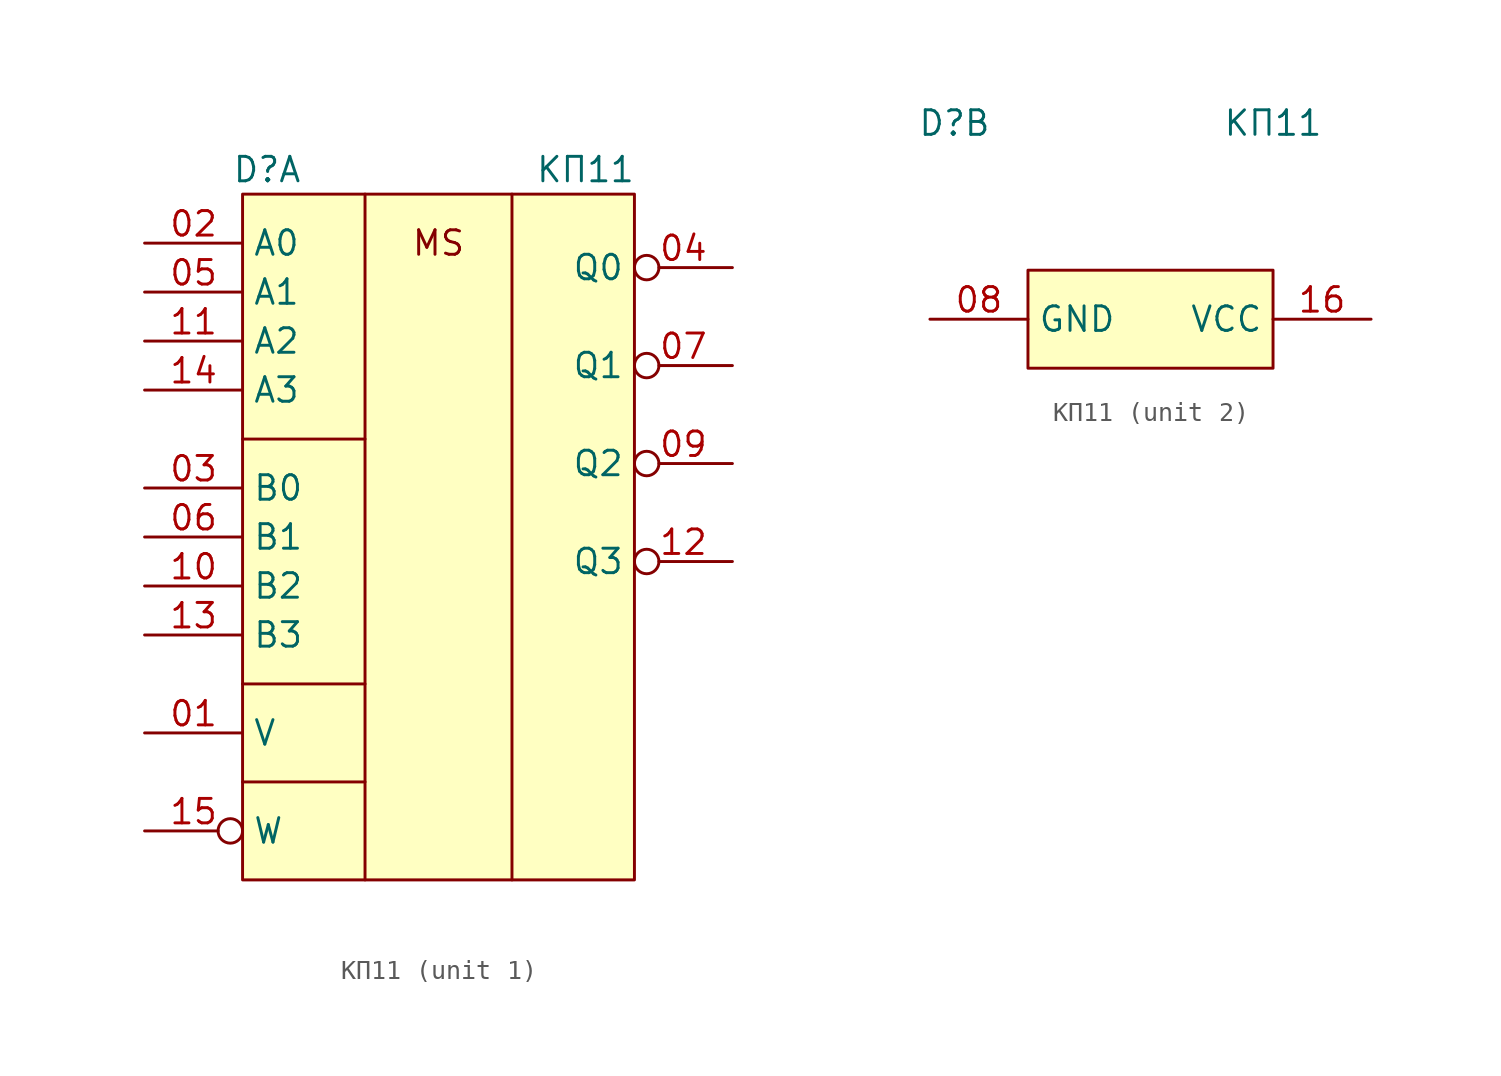
<source format=kicad_sym>
(kicad_symbol_lib
  (version 20231120)
  (generator "kicad_symbol_editor")
  (generator_version "8.0")
  (symbol "КП11"
    (property "Reference" "D"
      (at -8.89 -3.81 0)
      (effects (font (size 1.27 1.27))))
    (property "Value" "КП11"
      (at 7.62 -3.81 0)
      (effects (font (size 1.27 1.27))))
    (property "ki_locked" ""
      (at 0 0 0)
      (effects (font (size 1.27 1.27))))
    (symbol "КП11_1_1"
      (rectangle (start -10.16 -5.08) (end 10.16 -40.64) (stroke (width 0) (type default)) (fill (type background)))
      (polyline (pts (xy -10.16 -35.56) (xy -3.81 -35.56)) (stroke (width 0) (type default)) (fill (type none)))
      (polyline (pts (xy -10.16 -30.48) (xy -3.81 -30.48)) (stroke (width 0) (type default)) (fill (type none)))
      (polyline (pts (xy -10.16 -17.78) (xy -3.81 -17.78)) (stroke (width 0) (type default)) (fill (type none)))
      (polyline (pts (xy -3.81 -5.08) (xy -3.81 -40.64)) (stroke (width 0) (type default)) (fill (type none)))
      (polyline (pts (xy 3.81 -5.08) (xy 3.81 -40.64)) (stroke (width 0) (type default)) (fill (type none)))
      (text "MS" (at 0 -7.62 0) (effects (font (size 1.27 1.27))))
      (pin input line (at -15.24 -33.02 0) (length 5.08) (name "V" (effects (font (size 1.27 1.27)))) (number "01" (effects (font (size 1.27 1.27)))))
      (pin input line (at -15.24 -7.62 0) (length 5.08) (name "A0" (effects (font (size 1.27 1.27)))) (number "02" (effects (font (size 1.27 1.27)))))
      (pin input line (at -15.24 -20.32 0) (length 5.08) (name "B0" (effects (font (size 1.27 1.27)))) (number "03" (effects (font (size 1.27 1.27)))))
      (pin output inverted (at 15.24 -8.89 180) (length 5.08) (name "Q0" (effects (font (size 1.27 1.27)))) (number "04" (effects (font (size 1.27 1.27)))))
      (pin input line (at -15.24 -10.16 0) (length 5.08) (name "A1" (effects (font (size 1.27 1.27)))) (number "05" (effects (font (size 1.27 1.27)))))
      (pin input line (at -15.24 -22.86 0) (length 5.08) (name "B1" (effects (font (size 1.27 1.27)))) (number "06" (effects (font (size 1.27 1.27)))))
      (pin output inverted (at 15.24 -13.97 180) (length 5.08) (name "Q1" (effects (font (size 1.27 1.27)))) (number "07" (effects (font (size 1.27 1.27)))))
      (pin output inverted (at 15.24 -19.05 180) (length 5.08) (name "Q2" (effects (font (size 1.27 1.27)))) (number "09" (effects (font (size 1.27 1.27)))))
      (pin input line (at -15.24 -25.4 0) (length 5.08) (name "B2" (effects (font (size 1.27 1.27)))) (number "10" (effects (font (size 1.27 1.27)))))
      (pin input line (at -15.24 -12.7 0) (length 5.08) (name "A2" (effects (font (size 1.27 1.27)))) (number "11" (effects (font (size 1.27 1.27)))))
      (pin output inverted (at 15.24 -24.13 180) (length 5.08) (name "Q3" (effects (font (size 1.27 1.27)))) (number "12" (effects (font (size 1.27 1.27)))))
      (pin input line (at -15.24 -27.94 0) (length 5.08) (name "B3" (effects (font (size 1.27 1.27)))) (number "13" (effects (font (size 1.27 1.27)))))
      (pin input line (at -15.24 -15.24 0) (length 5.08) (name "A3" (effects (font (size 1.27 1.27)))) (number "14" (effects (font (size 1.27 1.27)))))
      (pin input inverted (at -15.24 -38.1 0) (length 5.08) (name "W" (effects (font (size 1.27 1.27)))) (number "15" (effects (font (size 1.27 1.27))))))
    (symbol "КП11_2_0"
      (rectangle (start -5.08 -11.43) (end 7.62 -16.51) (stroke (width 0) (type default)) (fill (type background))))
    (symbol "КП11_2_1"
      (pin input line (at -10.16 -13.97 0) (length 5.08) (name "GND" (effects (font (size 1.27 1.27)))) (number "08" (effects (font (size 1.27 1.27)))))
      (pin input line (at 12.7 -13.97 180) (length 5.08) (name "VCC" (effects (font (size 1.27 1.27)))) (number "16" (effects (font (size 1.27 1.27))))))))
</source>
